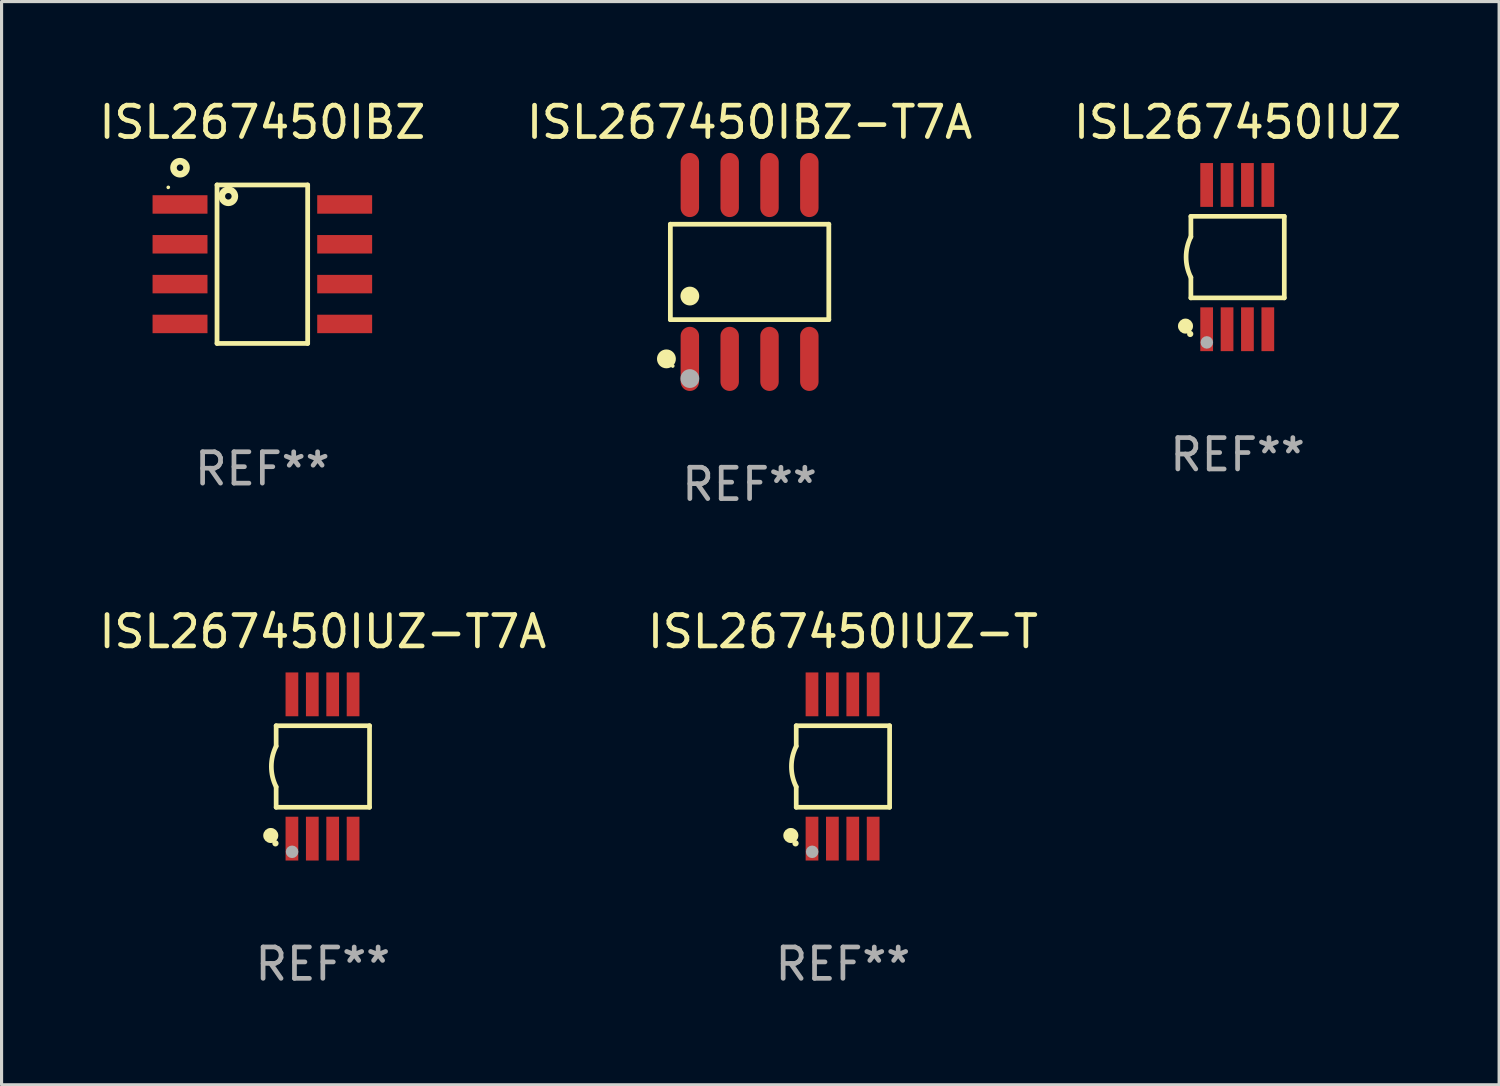
<source format=kicad_pcb>
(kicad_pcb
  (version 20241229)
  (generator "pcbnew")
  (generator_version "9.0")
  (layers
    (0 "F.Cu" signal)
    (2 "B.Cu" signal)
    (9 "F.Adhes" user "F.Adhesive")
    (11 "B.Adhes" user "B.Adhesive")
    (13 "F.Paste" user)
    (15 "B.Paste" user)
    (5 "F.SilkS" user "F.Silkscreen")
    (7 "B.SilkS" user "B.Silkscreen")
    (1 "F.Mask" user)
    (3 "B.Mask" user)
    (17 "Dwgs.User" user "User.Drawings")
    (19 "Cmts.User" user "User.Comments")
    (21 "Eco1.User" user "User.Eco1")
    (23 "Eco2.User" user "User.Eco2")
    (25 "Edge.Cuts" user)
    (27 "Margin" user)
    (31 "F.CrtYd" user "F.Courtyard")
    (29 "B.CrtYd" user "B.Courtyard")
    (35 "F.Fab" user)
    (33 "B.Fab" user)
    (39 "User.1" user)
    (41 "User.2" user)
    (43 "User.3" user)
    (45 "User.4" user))
  (footprint "ISL267450IBZ"
    (layer "F.Cu")
    (at 5.315 5.374)
    (property "Reference" "ISL267450IBZ" (at 0 -4.526 0) (layer "F.SilkS") (effects (font (size 1 1) (thickness 0.15))))
    (attr through_hole)
    (fp_line (start -1.445 -2.526) (end 1.445 -2.526) (stroke (width 0.152) (type solid)) (layer "F.SilkS"))
    (fp_line (start -1.445 2.526) (end -1.445 -2.526) (stroke (width 0.152) (type solid)) (layer "F.SilkS"))
    (fp_line (start 1.445 -2.526) (end 1.445 2.526) (stroke (width 0.152) (type solid)) (layer "F.SilkS"))
    (fp_line (start 1.445 2.526) (end -1.445 2.526) (stroke (width 0.152) (type solid)) (layer "F.SilkS"))
    (fp_circle (center -3 -2.45) (end -2.97 -2.45) (stroke (width 0.06) (type solid)) (fill no) (layer "F.SilkS"))
    (fp_circle (center -2.625 -3.076) (end -2.521 -3.076) (stroke (width 0.209) (type solid)) (fill no) (layer "F.SilkS"))
    (fp_circle (center -1.084 -2.165) (end -0.98 -2.165) (stroke (width 0.209) (type solid)) (fill no) (layer "F.SilkS"))
    (fp_text user "REF**" (at 0 6.526 0) (layer "F.Fab") (effects (font (size 1 1) (thickness 0.15))))
    (pad "1" smd rect (at -2.625 -1.905) (size 1.751 0.589) (layers "F.Cu" "F.Mask" "F.Paste"))
    (pad "2" smd rect (at -2.625 -0.635) (size 1.751 0.589) (layers "F.Cu" "F.Mask" "F.Paste"))
    (pad "3" smd rect (at -2.625 0.635) (size 1.751 0.589) (layers "F.Cu" "F.Mask" "F.Paste"))
    (pad "4" smd rect (at -2.625 1.905) (size 1.751 0.589) (layers "F.Cu" "F.Mask" "F.Paste"))
    (pad "5" smd rect (at 2.625 1.905) (size 1.751 0.589) (layers "F.Cu" "F.Mask" "F.Paste"))
    (pad "6" smd rect (at 2.625 0.635) (size 1.751 0.589) (layers "F.Cu" "F.Mask" "F.Paste"))
    (pad "7" smd rect (at 2.625 -0.635) (size 1.751 0.589) (layers "F.Cu" "F.Mask" "F.Paste"))
    (pad "8" smd rect (at 2.625 -1.905) (size 1.751 0.589) (layers "F.Cu" "F.Mask" "F.Paste")))
  (footprint "ISL267450IBZ-T7A"
    (layer "F.Cu")
    (at 20.851 5.621)
    (property "Reference" "ISL267450IBZ-T7A" (at 0 -4.772 0) (layer "F.SilkS") (effects (font (size 1 1) (thickness 0.15))))
    (attr through_hole)
    (fp_line (start -2.526 -1.521) (end 2.526 -1.521) (stroke (width 0.152) (type solid)) (layer "F.SilkS"))
    (fp_line (start -2.526 1.521) (end -2.526 -1.521) (stroke (width 0.152) (type solid)) (layer "F.SilkS"))
    (fp_line (start 2.526 -1.521) (end 2.526 1.521) (stroke (width 0.152) (type solid)) (layer "F.SilkS"))
    (fp_line (start 2.526 1.521) (end -2.526 1.521) (stroke (width 0.152) (type solid)) (layer "F.SilkS"))
    (fp_circle (center -2.652 2.772) (end -2.501 2.772) (stroke (width 0.3) (type solid)) (fill no) (layer "F.SilkS"))
    (fp_circle (center -2.45 3) (end -2.42 3) (stroke (width 0.06) (type solid)) (fill no) (layer "F.SilkS"))
    (fp_circle (center -1.905 0.769) (end -1.755 0.769) (stroke (width 0.3) (type solid)) (fill no) (layer "F.SilkS"))
    (fp_circle (center -1.905 3.4) (end -1.755 3.4) (stroke (width 0.3) (type solid)) (fill no) (layer "F.Fab"))
    (fp_text user "REF**" (at 0 6.772 0) (layer "F.Fab") (effects (font (size 1 1) (thickness 0.15))))
    (pad "1" smd oval (at -1.905 2.772) (size 0.588 2.045) (layers "F.Cu" "F.Mask" "F.Paste"))
    (pad "2" smd oval (at -0.635 2.772) (size 0.588 2.045) (layers "F.Cu" "F.Mask" "F.Paste"))
    (pad "3" smd oval (at 0.635 2.772) (size 0.588 2.045) (layers "F.Cu" "F.Mask" "F.Paste"))
    (pad "4" smd oval (at 1.905 2.772) (size 0.588 2.045) (layers "F.Cu" "F.Mask" "F.Paste"))
    (pad "5" smd oval (at 1.905 -2.772) (size 0.588 2.045) (layers "F.Cu" "F.Mask" "F.Paste"))
    (pad "6" smd oval (at 0.635 -2.772) (size 0.588 2.045) (layers "F.Cu" "F.Mask" "F.Paste"))
    (pad "7" smd oval (at -0.635 -2.772) (size 0.588 2.045) (layers "F.Cu" "F.Mask" "F.Paste"))
    (pad "8" smd oval (at -1.905 -2.772) (size 0.588 2.045) (layers "F.Cu" "F.Mask" "F.Paste")))
  (footprint "ISL267450IUZ-T"
    (layer "F.Cu")
    (at 23.827 21.39)
    (property "Reference" "ISL267450IUZ-T" (at 0 -4.3 0) (layer "F.SilkS") (effects (font (size 1 1) (thickness 0.15))))
    (attr through_hole)
    (fp_line (start -1.489 -1.3) (end -1.489 -0.648) (stroke (width 0.15) (type solid)) (layer "F.SilkS"))
    (fp_line (start -1.489 0.648) (end -1.489 1.3) (stroke (width 0.15) (type solid)) (layer "F.SilkS"))
    (fp_line (start -1.489 1.3) (end 1.489 1.3) (stroke (width 0.15) (type solid)) (layer "F.SilkS"))
    (fp_line (start 1.489 -1.3) (end -1.489 -1.3) (stroke (width 0.15) (type solid)) (layer "F.SilkS"))
    (fp_line (start 1.489 1.3) (end 1.489 -1.3) (stroke (width 0.15) (type solid)) (layer "F.SilkS"))
    (fp_arc (start -1.489205 0.647702) (mid -1.642107 0) (end -1.489205 -0.647701) (stroke (width 0.150013) (type solid)) (layer "F.SilkS"))
    (fp_circle (center -1.661 2.2) (end -1.541 2.2) (stroke (width 0.24) (type solid)) (fill no) (layer "F.SilkS"))
    (fp_circle (center -1.511 2.45) (end -1.461 2.45) (stroke (width 0.1) (type solid)) (fill no) (layer "F.SilkS"))
    (fp_circle (center -0.981 2.72) (end -0.881 2.72) (stroke (width 0.2) (type solid)) (fill no) (layer "F.Fab"))
    (fp_text user "REF**" (at 0 6.3 0) (layer "F.Fab") (effects (font (size 1 1) (thickness 0.15))))
    (pad "1" smd rect (at -0.986 2.3) (size 0.406 1.397) (layers "F.Cu" "F.Mask" "F.Paste"))
    (pad "2" smd rect (at -0.336 2.3) (size 0.406 1.397) (layers "F.Cu" "F.Mask" "F.Paste"))
    (pad "3" smd rect (at 0.314 2.3) (size 0.406 1.397) (layers "F.Cu" "F.Mask" "F.Paste"))
    (pad "4" smd rect (at 0.964 2.3) (size 0.406 1.397) (layers "F.Cu" "F.Mask" "F.Paste"))
    (pad "5" smd rect (at 0.964 -2.3) (size 0.406 1.397) (layers "F.Cu" "F.Mask" "F.Paste"))
    (pad "6" smd rect (at 0.314 -2.3) (size 0.406 1.397) (layers "F.Cu" "F.Mask" "F.Paste"))
    (pad "7" smd rect (at -0.336 -2.3) (size 0.406 1.397) (layers "F.Cu" "F.Mask" "F.Paste"))
    (pad "8" smd rect (at -0.986 -2.3) (size 0.406 1.397) (layers "F.Cu" "F.Mask" "F.Paste")))
  (footprint "ISL267450IUZ-T7A"
    (layer "F.Cu")
    (at 7.244 21.39)
    (property "Reference" "ISL267450IUZ-T7A" (at 0 -4.3 0) (layer "F.SilkS") (effects (font (size 1 1) (thickness 0.15))))
    (attr through_hole)
    (fp_line (start -1.489 -1.3) (end -1.489 -0.648) (stroke (width 0.15) (type solid)) (layer "F.SilkS"))
    (fp_line (start -1.489 0.648) (end -1.489 1.3) (stroke (width 0.15) (type solid)) (layer "F.SilkS"))
    (fp_line (start -1.489 1.3) (end 1.489 1.3) (stroke (width 0.15) (type solid)) (layer "F.SilkS"))
    (fp_line (start 1.489 -1.3) (end -1.489 -1.3) (stroke (width 0.15) (type solid)) (layer "F.SilkS"))
    (fp_line (start 1.489 1.3) (end 1.489 -1.3) (stroke (width 0.15) (type solid)) (layer "F.SilkS"))
    (fp_arc (start -1.489205 0.647702) (mid -1.642107 0) (end -1.489205 -0.647701) (stroke (width 0.150013) (type solid)) (layer "F.SilkS"))
    (fp_circle (center -1.661 2.2) (end -1.541 2.2) (stroke (width 0.24) (type solid)) (fill no) (layer "F.SilkS"))
    (fp_circle (center -1.511 2.45) (end -1.461 2.45) (stroke (width 0.1) (type solid)) (fill no) (layer "F.SilkS"))
    (fp_circle (center -0.981 2.72) (end -0.881 2.72) (stroke (width 0.2) (type solid)) (fill no) (layer "F.Fab"))
    (fp_text user "REF**" (at 0 6.3 0) (layer "F.Fab") (effects (font (size 1 1) (thickness 0.15))))
    (pad "1" smd rect (at -0.986 2.3) (size 0.406 1.397) (layers "F.Cu" "F.Mask" "F.Paste"))
    (pad "2" smd rect (at -0.336 2.3) (size 0.406 1.397) (layers "F.Cu" "F.Mask" "F.Paste"))
    (pad "3" smd rect (at 0.314 2.3) (size 0.406 1.397) (layers "F.Cu" "F.Mask" "F.Paste"))
    (pad "4" smd rect (at 0.964 2.3) (size 0.406 1.397) (layers "F.Cu" "F.Mask" "F.Paste"))
    (pad "5" smd rect (at 0.964 -2.3) (size 0.406 1.397) (layers "F.Cu" "F.Mask" "F.Paste"))
    (pad "6" smd rect (at 0.314 -2.3) (size 0.406 1.397) (layers "F.Cu" "F.Mask" "F.Paste"))
    (pad "7" smd rect (at -0.336 -2.3) (size 0.406 1.397) (layers "F.Cu" "F.Mask" "F.Paste"))
    (pad "8" smd rect (at -0.986 -2.3) (size 0.406 1.397) (layers "F.Cu" "F.Mask" "F.Paste")))
  (footprint "ISL267450IUZ"
    (layer "F.Cu")
    (at 36.411 5.148)
    (property "Reference" "ISL267450IUZ" (at 0 -4.3 0) (layer "F.SilkS") (effects (font (size 1 1) (thickness 0.15))))
    (attr through_hole)
    (fp_line (start -1.489 -1.3) (end -1.489 -0.648) (stroke (width 0.15) (type solid)) (layer "F.SilkS"))
    (fp_line (start -1.489 0.648) (end -1.489 1.3) (stroke (width 0.15) (type solid)) (layer "F.SilkS"))
    (fp_line (start -1.489 1.3) (end 1.489 1.3) (stroke (width 0.15) (type solid)) (layer "F.SilkS"))
    (fp_line (start 1.489 -1.3) (end -1.489 -1.3) (stroke (width 0.15) (type solid)) (layer "F.SilkS"))
    (fp_line (start 1.489 1.3) (end 1.489 -1.3) (stroke (width 0.15) (type solid)) (layer "F.SilkS"))
    (fp_arc (start -1.489205 0.647702) (mid -1.642107 0) (end -1.489205 -0.647701) (stroke (width 0.150013) (type solid)) (layer "F.SilkS"))
    (fp_circle (center -1.661 2.2) (end -1.541 2.2) (stroke (width 0.24) (type solid)) (fill no) (layer "F.SilkS"))
    (fp_circle (center -1.511 2.45) (end -1.461 2.45) (stroke (width 0.1) (type solid)) (fill no) (layer "F.SilkS"))
    (fp_circle (center -0.981 2.72) (end -0.881 2.72) (stroke (width 0.2) (type solid)) (fill no) (layer "F.Fab"))
    (fp_text user "REF**" (at 0 6.3 0) (layer "F.Fab") (effects (font (size 1 1) (thickness 0.15))))
    (pad "1" smd rect (at -0.986 2.3) (size 0.406 1.397) (layers "F.Cu" "F.Mask" "F.Paste"))
    (pad "2" smd rect (at -0.336 2.3) (size 0.406 1.397) (layers "F.Cu" "F.Mask" "F.Paste"))
    (pad "3" smd rect (at 0.314 2.3) (size 0.406 1.397) (layers "F.Cu" "F.Mask" "F.Paste"))
    (pad "4" smd rect (at 0.964 2.3) (size 0.406 1.397) (layers "F.Cu" "F.Mask" "F.Paste"))
    (pad "5" smd rect (at 0.964 -2.3) (size 0.406 1.397) (layers "F.Cu" "F.Mask" "F.Paste"))
    (pad "6" smd rect (at 0.314 -2.3) (size 0.406 1.397) (layers "F.Cu" "F.Mask" "F.Paste"))
    (pad "7" smd rect (at -0.336 -2.3) (size 0.406 1.397) (layers "F.Cu" "F.Mask" "F.Paste"))
    (pad "8" smd rect (at -0.986 -2.3) (size 0.406 1.397) (layers "F.Cu" "F.Mask" "F.Paste")))
  (gr_rect
    (start -3 -3)
    (end 44.75 31.538)
    (stroke (width 0.1) (type default))
    (fill no)
    (layer "Edge.Cuts")))
</source>
